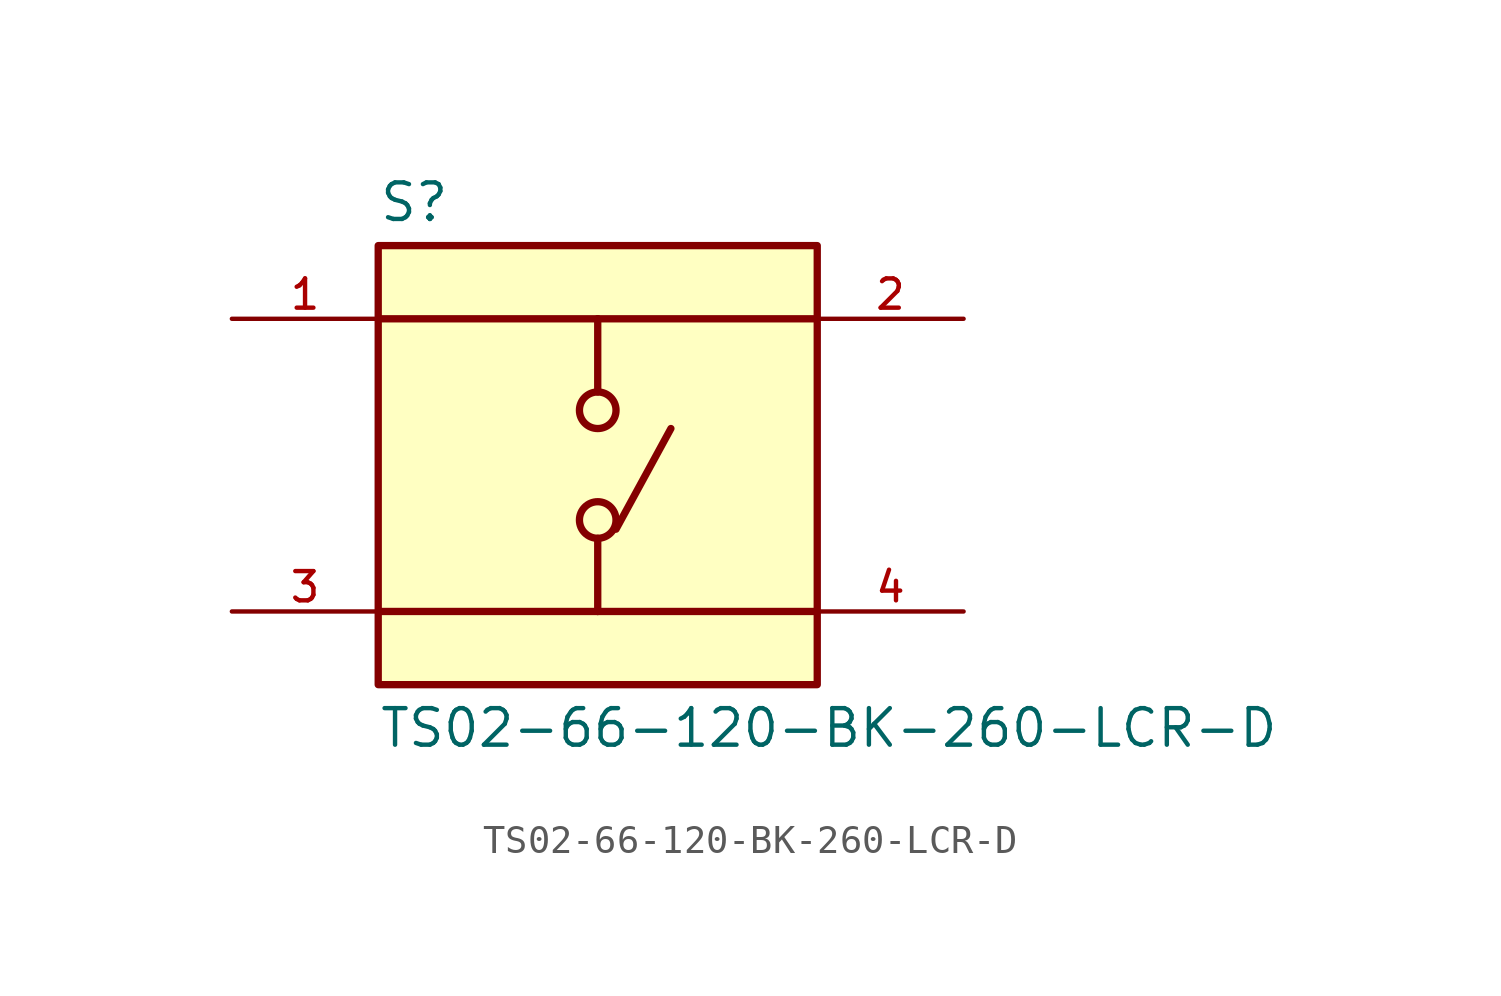
<source format=kicad_sym>
(kicad_symbol_lib
  (version 20211014)
  (generator kicad_symbol_editor)
  (symbol "TS02-66-120-BK-260-LCR-D"
    (pin_names
      (offset 1.016))
    (property "Reference" "S"
      (at -7.62 8.382 0)
      (effects (font (size 1.27 1.27)) (justify bottom left)))
    (property "Value" "TS02-66-120-BK-260-LCR-D"
      (at -7.62 -8.382 0)
      (effects (font (size 1.27 1.27)) (justify top left)))
    (symbol "TS02-66-120-BK-260-LCR-D_0_0"
      (polyline (pts (xy 0.0 5.08) (xy 0.0 2.54)) (stroke (width 0.254)))
      (polyline (pts (xy 0.0 -2.54) (xy 0.0 -5.08)) (stroke (width 0.254)))
      (polyline (pts (xy 0.0 5.08) (xy -7.62 5.08)) (stroke (width 0.254)))
      (polyline (pts (xy 0.0 5.08) (xy 7.62 5.08)) (stroke (width 0.254)))
      (polyline (pts (xy 0.0 -5.08) (xy -7.62 -5.08)) (stroke (width 0.254)))
      (polyline (pts (xy 0.0 -5.08) (xy 7.62 -5.08)) (stroke (width 0.254)))
      (circle (center 0.0 -1.905) (radius 0.635) (stroke (width 0.254)) (fill (type none)))
      (circle (center 0.0 1.905) (radius 0.635) (stroke (width 0.254)) (fill (type none)))
      (polyline (pts (xy 0.635 -2.223) (xy 2.54 1.27)) (stroke (width 0.254)))
      (rectangle (start -7.62 -7.62) (end 7.62 7.62) (stroke (width 0.254)) (fill (type background)))
      (pin passive line (at -12.7 5.08 0) (length 5.08) (name "~" (effects (font (size 1.016 1.016)))) (number "1" (effects (font (size 1.016 1.016)))))
      (pin passive line (at -12.7 -5.08 0) (length 5.08) (name "~" (effects (font (size 1.016 1.016)))) (number "3" (effects (font (size 1.016 1.016)))))
      (pin passive line (at 12.7 5.08 180.0) (length 5.08) (name "~" (effects (font (size 1.016 1.016)))) (number "2" (effects (font (size 1.016 1.016)))))
      (pin passive line (at 12.7 -5.08 180.0) (length 5.08) (name "~" (effects (font (size 1.016 1.016)))) (number "4" (effects (font (size 1.016 1.016))))))))
</source>
